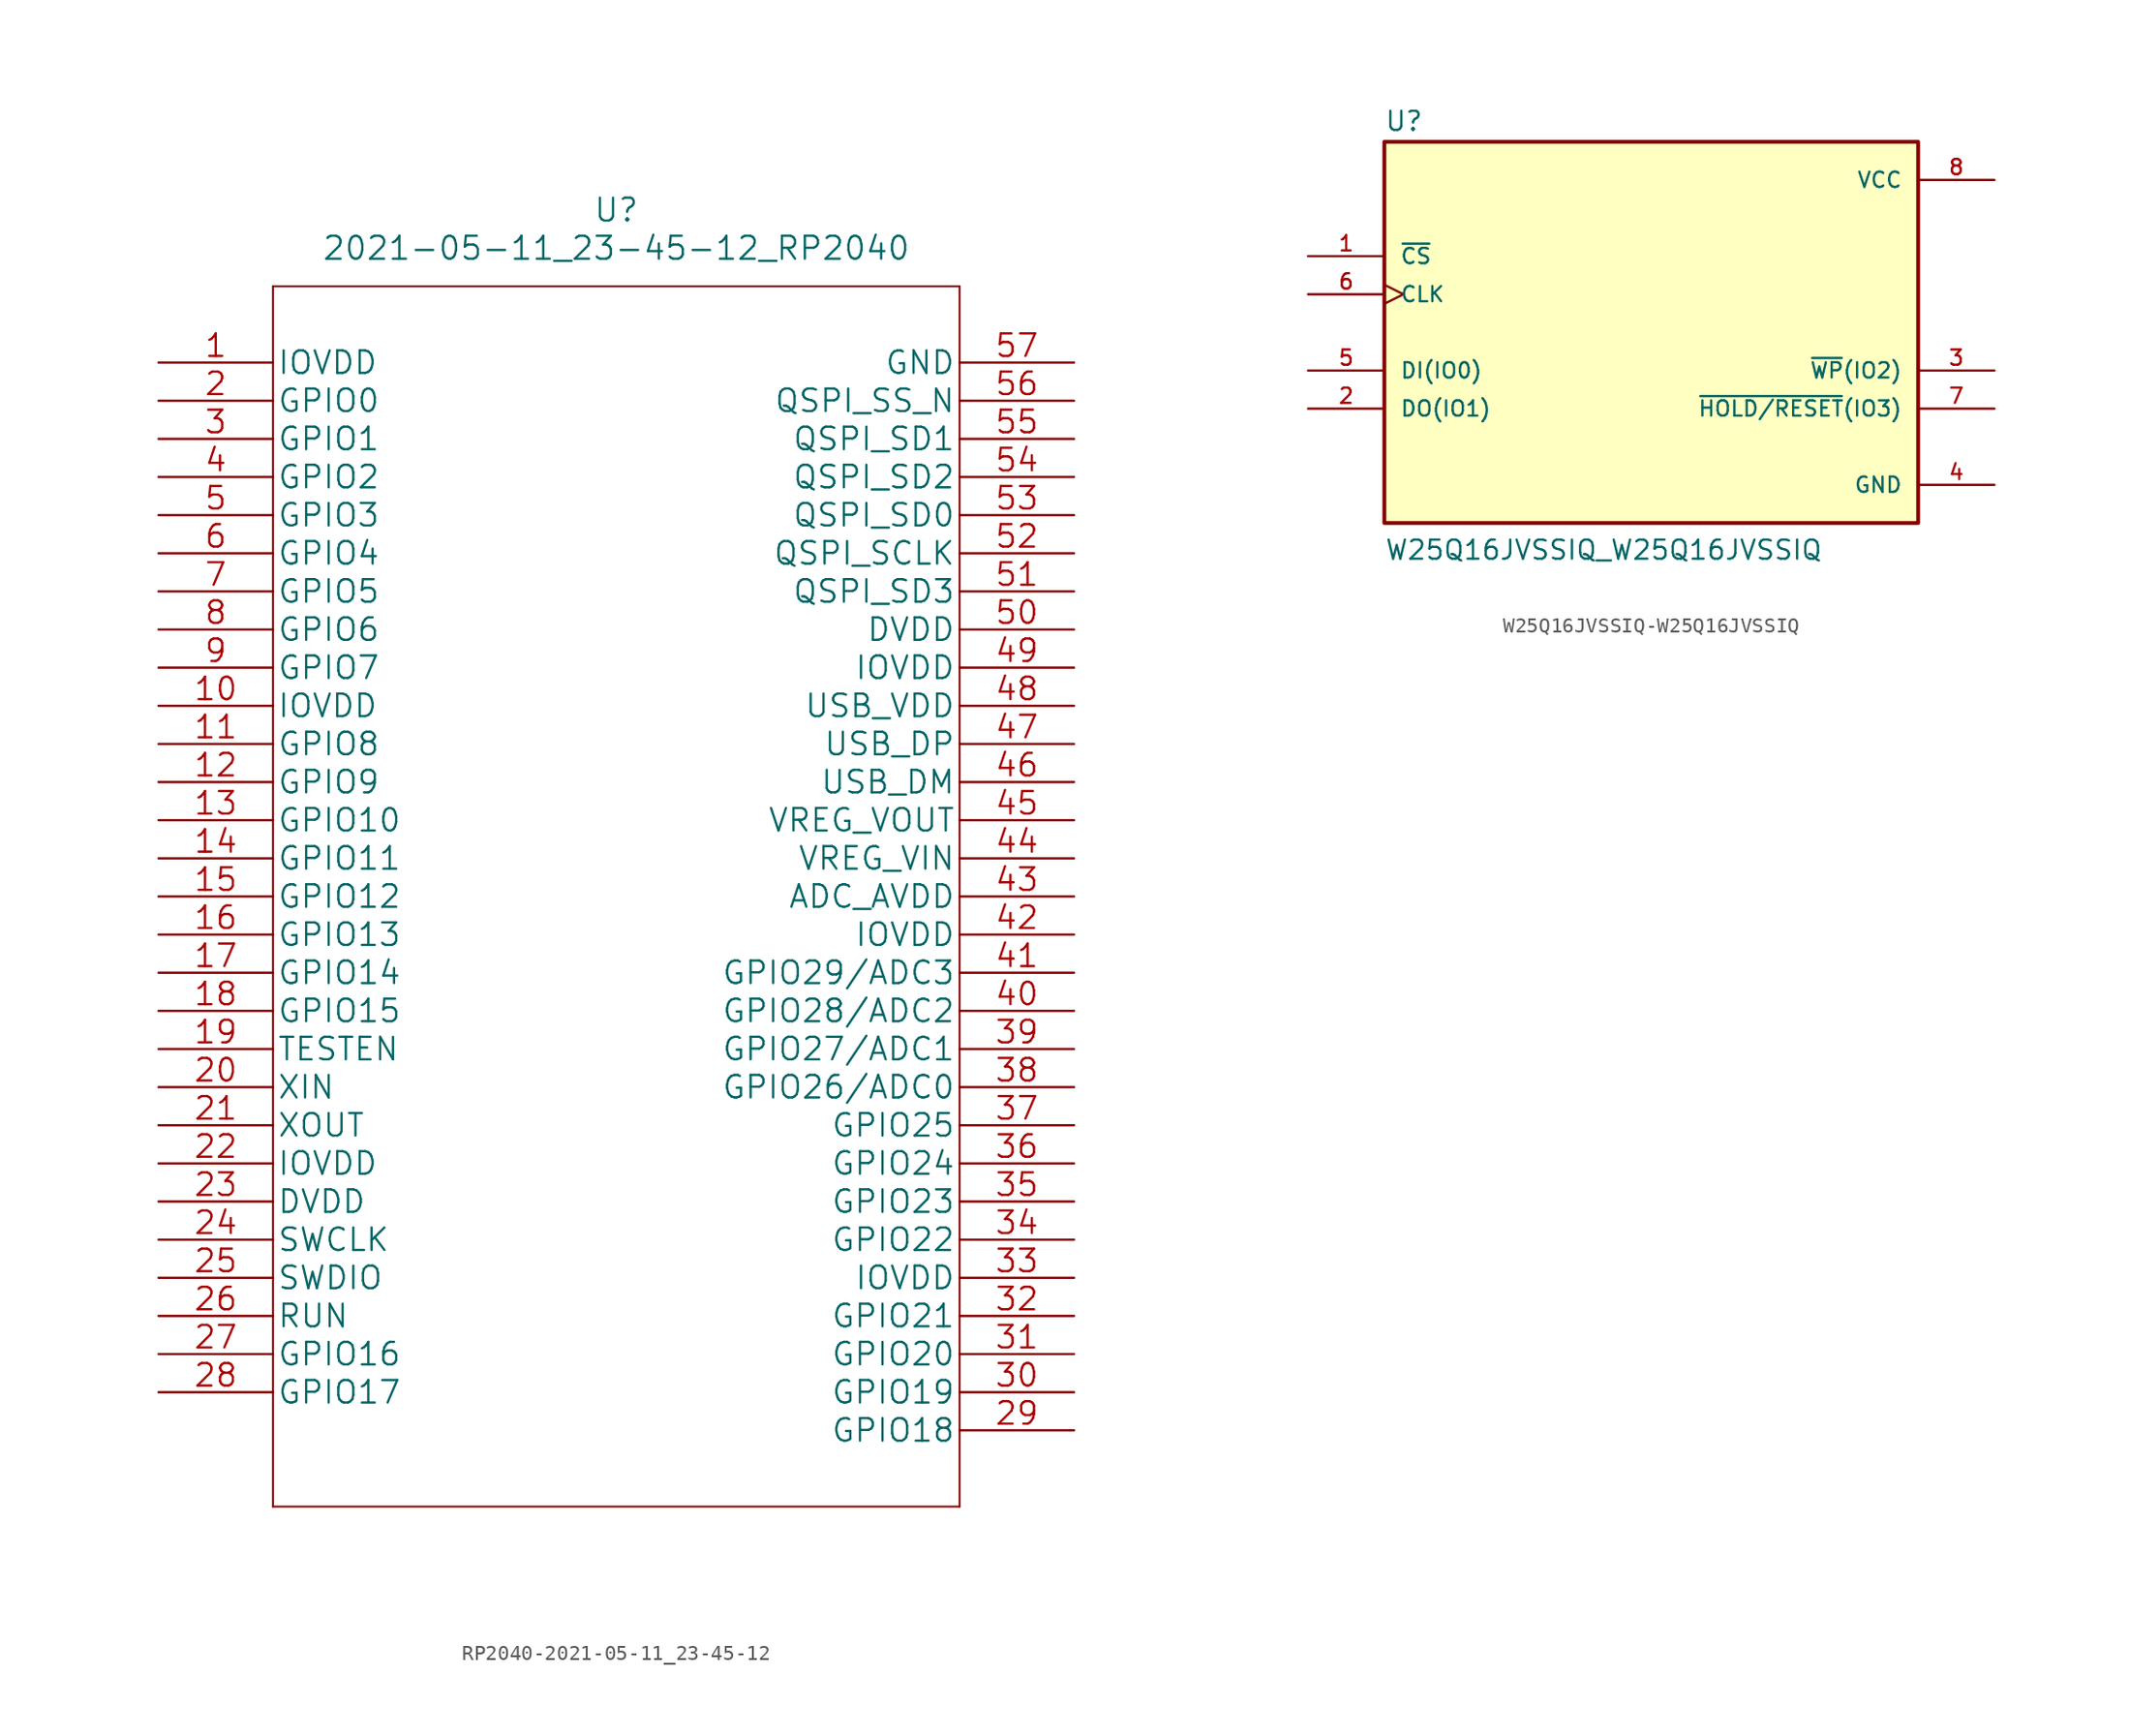
<source format=kicad_sym>
(kicad_symbol_lib
  (version 20220914)
  (generator kicad_symbol_editor)
  (symbol "RP2040-2021-05-11_23-45-12"
    (pin_names
      (offset 0.254))
    (property "Reference" "U"
      (at 30.48 10.16 0)
      (effects (font (size 1.524 1.524))))
    (property "Value" "2021-05-11_23-45-12_RP2040"
      (at 30.48 7.62 0)
      (effects (font (size 1.524 1.524))))
    (property "Datasheet" ""
      (at 0 0 0)
      (effects (font (size 1.524 1.524))))
    (property "ki_locked" ""
      (at 0 0 0)
      (effects (font (size 1.27 1.27))))
    (symbol "RP2040-2021-05-11_23-45-12_1_1"
      (polyline (pts (xy 7.62 -76.2) (xy 53.34 -76.2)) (stroke (width 0.127) (type solid)) (fill (type none)))
      (polyline (pts (xy 7.62 5.08) (xy 7.62 -76.2)) (stroke (width 0.127) (type solid)) (fill (type none)))
      (polyline (pts (xy 53.34 -76.2) (xy 53.34 5.08)) (stroke (width 0.127) (type solid)) (fill (type none)))
      (polyline (pts (xy 53.34 5.08) (xy 7.62 5.08)) (stroke (width 0.127) (type solid)) (fill (type none)))
      (pin power_in line (at 0 0 0) (length 7.62) (name "IOVDD" (effects (font (size 1.499 1.499)))) (number "1" (effects (font (size 1.499 1.499)))))
      (pin power_in line (at 0 -22.86 0) (length 7.62) (name "IOVDD" (effects (font (size 1.499 1.499)))) (number "10" (effects (font (size 1.499 1.499)))))
      (pin bidirectional line (at 0 -25.4 0) (length 7.62) (name "GPIO8" (effects (font (size 1.499 1.499)))) (number "11" (effects (font (size 1.499 1.499)))))
      (pin bidirectional line (at 0 -27.94 0) (length 7.62) (name "GPIO9" (effects (font (size 1.499 1.499)))) (number "12" (effects (font (size 1.499 1.499)))))
      (pin bidirectional line (at 0 -30.48 0) (length 7.62) (name "GPIO10" (effects (font (size 1.499 1.499)))) (number "13" (effects (font (size 1.499 1.499)))))
      (pin bidirectional line (at 0 -33.02 0) (length 7.62) (name "GPIO11" (effects (font (size 1.499 1.499)))) (number "14" (effects (font (size 1.499 1.499)))))
      (pin bidirectional line (at 0 -35.56 0) (length 7.62) (name "GPIO12" (effects (font (size 1.499 1.499)))) (number "15" (effects (font (size 1.499 1.499)))))
      (pin bidirectional line (at 0 -38.1 0) (length 7.62) (name "GPIO13" (effects (font (size 1.499 1.499)))) (number "16" (effects (font (size 1.499 1.499)))))
      (pin bidirectional line (at 0 -40.64 0) (length 7.62) (name "GPIO14" (effects (font (size 1.499 1.499)))) (number "17" (effects (font (size 1.499 1.499)))))
      (pin bidirectional line (at 0 -43.18 0) (length 7.62) (name "GPIO15" (effects (font (size 1.499 1.499)))) (number "18" (effects (font (size 1.499 1.499)))))
      (pin unspecified line (at 0 -45.72 0) (length 7.62) (name "TESTEN" (effects (font (size 1.499 1.499)))) (number "19" (effects (font (size 1.499 1.499)))))
      (pin bidirectional line (at 0 -2.54 0) (length 7.62) (name "GPIO0" (effects (font (size 1.499 1.499)))) (number "2" (effects (font (size 1.499 1.499)))))
      (pin unspecified line (at 0 -48.26 0) (length 7.62) (name "XIN" (effects (font (size 1.499 1.499)))) (number "20" (effects (font (size 1.499 1.499)))))
      (pin output line (at 0 -50.8 0) (length 7.62) (name "XOUT" (effects (font (size 1.499 1.499)))) (number "21" (effects (font (size 1.499 1.499)))))
      (pin power_in line (at 0 -53.34 0) (length 7.62) (name "IOVDD" (effects (font (size 1.499 1.499)))) (number "22" (effects (font (size 1.499 1.499)))))
      (pin power_in line (at 0 -55.88 0) (length 7.62) (name "DVDD" (effects (font (size 1.499 1.499)))) (number "23" (effects (font (size 1.499 1.499)))))
      (pin unspecified line (at 0 -58.42 0) (length 7.62) (name "SWCLK" (effects (font (size 1.499 1.499)))) (number "24" (effects (font (size 1.499 1.499)))))
      (pin unspecified line (at 0 -60.96 0) (length 7.62) (name "SWDIO" (effects (font (size 1.499 1.499)))) (number "25" (effects (font (size 1.499 1.499)))))
      (pin unspecified line (at 0 -63.5 0) (length 7.62) (name "RUN" (effects (font (size 1.499 1.499)))) (number "26" (effects (font (size 1.499 1.499)))))
      (pin bidirectional line (at 0 -66.04 0) (length 7.62) (name "GPIO16" (effects (font (size 1.499 1.499)))) (number "27" (effects (font (size 1.499 1.499)))))
      (pin bidirectional line (at 0 -68.58 0) (length 7.62) (name "GPIO17" (effects (font (size 1.499 1.499)))) (number "28" (effects (font (size 1.499 1.499)))))
      (pin bidirectional line (at 60.96 -71.12 180) (length 7.62) (name "GPIO18" (effects (font (size 1.499 1.499)))) (number "29" (effects (font (size 1.499 1.499)))))
      (pin bidirectional line (at 0 -5.08 0) (length 7.62) (name "GPIO1" (effects (font (size 1.499 1.499)))) (number "3" (effects (font (size 1.499 1.499)))))
      (pin bidirectional line (at 60.96 -68.58 180) (length 7.62) (name "GPIO19" (effects (font (size 1.499 1.499)))) (number "30" (effects (font (size 1.499 1.499)))))
      (pin bidirectional line (at 60.96 -66.04 180) (length 7.62) (name "GPIO20" (effects (font (size 1.499 1.499)))) (number "31" (effects (font (size 1.499 1.499)))))
      (pin bidirectional line (at 60.96 -63.5 180) (length 7.62) (name "GPIO21" (effects (font (size 1.499 1.499)))) (number "32" (effects (font (size 1.499 1.499)))))
      (pin power_in line (at 60.96 -60.96 180) (length 7.62) (name "IOVDD" (effects (font (size 1.499 1.499)))) (number "33" (effects (font (size 1.499 1.499)))))
      (pin bidirectional line (at 60.96 -58.42 180) (length 7.62) (name "GPIO22" (effects (font (size 1.499 1.499)))) (number "34" (effects (font (size 1.499 1.499)))))
      (pin bidirectional line (at 60.96 -55.88 180) (length 7.62) (name "GPIO23" (effects (font (size 1.499 1.499)))) (number "35" (effects (font (size 1.499 1.499)))))
      (pin bidirectional line (at 60.96 -53.34 180) (length 7.62) (name "GPIO24" (effects (font (size 1.499 1.499)))) (number "36" (effects (font (size 1.499 1.499)))))
      (pin bidirectional line (at 60.96 -50.8 180) (length 7.62) (name "GPIO25" (effects (font (size 1.499 1.499)))) (number "37" (effects (font (size 1.499 1.499)))))
      (pin bidirectional line (at 60.96 -48.26 180) (length 7.62) (name "GPIO26/ADC0" (effects (font (size 1.499 1.499)))) (number "38" (effects (font (size 1.499 1.499)))))
      (pin bidirectional line (at 60.96 -45.72 180) (length 7.62) (name "GPIO27/ADC1" (effects (font (size 1.499 1.499)))) (number "39" (effects (font (size 1.499 1.499)))))
      (pin bidirectional line (at 0 -7.62 0) (length 7.62) (name "GPIO2" (effects (font (size 1.499 1.499)))) (number "4" (effects (font (size 1.499 1.499)))))
      (pin bidirectional line (at 60.96 -43.18 180) (length 7.62) (name "GPIO28/ADC2" (effects (font (size 1.499 1.499)))) (number "40" (effects (font (size 1.499 1.499)))))
      (pin bidirectional line (at 60.96 -40.64 180) (length 7.62) (name "GPIO29/ADC3" (effects (font (size 1.499 1.499)))) (number "41" (effects (font (size 1.499 1.499)))))
      (pin power_in line (at 60.96 -38.1 180) (length 7.62) (name "IOVDD" (effects (font (size 1.499 1.499)))) (number "42" (effects (font (size 1.499 1.499)))))
      (pin power_in line (at 60.96 -35.56 180) (length 7.62) (name "ADC_AVDD" (effects (font (size 1.499 1.499)))) (number "43" (effects (font (size 1.499 1.499)))))
      (pin unspecified line (at 60.96 -33.02 180) (length 7.62) (name "VREG_VIN" (effects (font (size 1.499 1.499)))) (number "44" (effects (font (size 1.499 1.499)))))
      (pin output line (at 60.96 -30.48 180) (length 7.62) (name "VREG_VOUT" (effects (font (size 1.499 1.499)))) (number "45" (effects (font (size 1.499 1.499)))))
      (pin unspecified line (at 60.96 -27.94 180) (length 7.62) (name "USB_DM" (effects (font (size 1.499 1.499)))) (number "46" (effects (font (size 1.499 1.499)))))
      (pin unspecified line (at 60.96 -25.4 180) (length 7.62) (name "USB_DP" (effects (font (size 1.499 1.499)))) (number "47" (effects (font (size 1.499 1.499)))))
      (pin power_in line (at 60.96 -22.86 180) (length 7.62) (name "USB_VDD" (effects (font (size 1.499 1.499)))) (number "48" (effects (font (size 1.499 1.499)))))
      (pin power_in line (at 60.96 -20.32 180) (length 7.62) (name "IOVDD" (effects (font (size 1.499 1.499)))) (number "49" (effects (font (size 1.499 1.499)))))
      (pin bidirectional line (at 0 -10.16 0) (length 7.62) (name "GPIO3" (effects (font (size 1.499 1.499)))) (number "5" (effects (font (size 1.499 1.499)))))
      (pin power_in line (at 60.96 -17.78 180) (length 7.62) (name "DVDD" (effects (font (size 1.499 1.499)))) (number "50" (effects (font (size 1.499 1.499)))))
      (pin bidirectional line (at 60.96 -15.24 180) (length 7.62) (name "QSPI_SD3" (effects (font (size 1.499 1.499)))) (number "51" (effects (font (size 1.499 1.499)))))
      (pin unspecified line (at 60.96 -12.7 180) (length 7.62) (name "QSPI_SCLK" (effects (font (size 1.499 1.499)))) (number "52" (effects (font (size 1.499 1.499)))))
      (pin bidirectional line (at 60.96 -10.16 180) (length 7.62) (name "QSPI_SD0" (effects (font (size 1.499 1.499)))) (number "53" (effects (font (size 1.499 1.499)))))
      (pin bidirectional line (at 60.96 -7.62 180) (length 7.62) (name "QSPI_SD2" (effects (font (size 1.499 1.499)))) (number "54" (effects (font (size 1.499 1.499)))))
      (pin bidirectional line (at 60.96 -5.08 180) (length 7.62) (name "QSPI_SD1" (effects (font (size 1.499 1.499)))) (number "55" (effects (font (size 1.499 1.499)))))
      (pin unspecified line (at 60.96 -2.54 180) (length 7.62) (name "QSPI_SS_N" (effects (font (size 1.499 1.499)))) (number "56" (effects (font (size 1.499 1.499)))))
      (pin power_in line (at 60.96 0 180) (length 7.62) (name "GND" (effects (font (size 1.499 1.499)))) (number "57" (effects (font (size 1.499 1.499)))))
      (pin bidirectional line (at 0 -12.7 0) (length 7.62) (name "GPIO4" (effects (font (size 1.499 1.499)))) (number "6" (effects (font (size 1.499 1.499)))))
      (pin bidirectional line (at 0 -15.24 0) (length 7.62) (name "GPIO5" (effects (font (size 1.499 1.499)))) (number "7" (effects (font (size 1.499 1.499)))))
      (pin bidirectional line (at 0 -17.78 0) (length 7.62) (name "GPIO6" (effects (font (size 1.499 1.499)))) (number "8" (effects (font (size 1.499 1.499)))))
      (pin bidirectional line (at 0 -20.32 0) (length 7.62) (name "GPIO7" (effects (font (size 1.499 1.499)))) (number "9" (effects (font (size 1.499 1.499)))))))
  (symbol "W25Q16JVSSIQ-W25Q16JVSSIQ"
    (pin_names
      (offset 1.016))
    (property "Reference" "U"
      (at -17.78 13.335 0)
      (effects (font (size 1.27 1.27)) (justify left bottom)))
    (property "Value" "W25Q16JVSSIQ_W25Q16JVSSIQ"
      (at -17.78 -15.24 0)
      (effects (font (size 1.27 1.27)) (justify left bottom)))
    (property "ki_locked" ""
      (at 0 0 0)
      (effects (font (size 1.27 1.27))))
    (symbol "W25Q16JVSSIQ-W25Q16JVSSIQ_0_0"
      (rectangle (start -17.78 -12.7) (end 17.78 12.7) (stroke (width 0.254) (type solid)) (fill (type background)))
      (pin input line (at -22.86 5.08 0) (length 5.08) (name "~{CS}" (effects (font (size 1.016 1.016)))) (number "1" (effects (font (size 1.016 1.016)))))
      (pin bidirectional line (at -22.86 -5.08 0) (length 5.08) (name "DO(IO1)" (effects (font (size 1.016 1.016)))) (number "2" (effects (font (size 1.016 1.016)))))
      (pin bidirectional line (at 22.86 -2.54 180) (length 5.08) (name "~{WP}(IO2)" (effects (font (size 1.016 1.016)))) (number "3" (effects (font (size 1.016 1.016)))))
      (pin power_in line (at 22.86 -10.16 180) (length 5.08) (name "GND" (effects (font (size 1.016 1.016)))) (number "4" (effects (font (size 1.016 1.016)))))
      (pin bidirectional line (at -22.86 -2.54 0) (length 5.08) (name "DI(IO0)" (effects (font (size 1.016 1.016)))) (number "5" (effects (font (size 1.016 1.016)))))
      (pin input clock (at -22.86 2.54 0) (length 5.08) (name "CLK" (effects (font (size 1.016 1.016)))) (number "6" (effects (font (size 1.016 1.016)))))
      (pin bidirectional line (at 22.86 -5.08 180) (length 5.08) (name "~{HOLD/RESET}(IO3)" (effects (font (size 1.016 1.016)))) (number "7" (effects (font (size 1.016 1.016)))))
      (pin power_in line (at 22.86 10.16 180) (length 5.08) (name "VCC" (effects (font (size 1.016 1.016)))) (number "8" (effects (font (size 1.016 1.016))))))))
</source>
